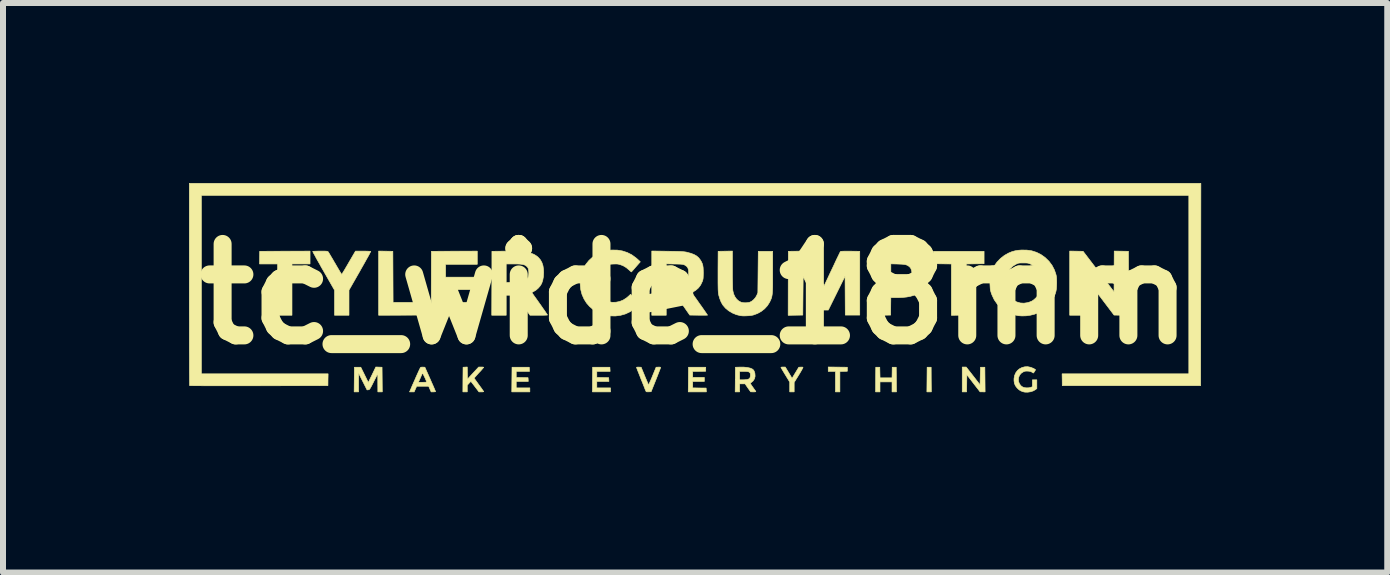
<source format=kicad_pcb>
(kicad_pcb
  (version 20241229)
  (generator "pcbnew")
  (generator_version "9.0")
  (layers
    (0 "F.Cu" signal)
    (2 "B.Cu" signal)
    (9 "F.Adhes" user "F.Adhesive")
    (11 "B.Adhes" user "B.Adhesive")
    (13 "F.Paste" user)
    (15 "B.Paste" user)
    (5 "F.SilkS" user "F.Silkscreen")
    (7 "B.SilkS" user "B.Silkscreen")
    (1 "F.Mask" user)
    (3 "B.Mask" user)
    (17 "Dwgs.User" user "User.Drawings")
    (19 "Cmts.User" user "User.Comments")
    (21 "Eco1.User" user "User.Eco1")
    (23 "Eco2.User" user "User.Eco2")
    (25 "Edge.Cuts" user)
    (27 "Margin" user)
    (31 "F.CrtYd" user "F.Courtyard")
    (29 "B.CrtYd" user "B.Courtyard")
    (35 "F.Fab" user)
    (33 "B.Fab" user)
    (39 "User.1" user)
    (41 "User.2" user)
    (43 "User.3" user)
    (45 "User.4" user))
  (footprint "tc_wide_18mm"
    (layer "F.Cu")
    (at 8.534 1.85)
    (property "Reference" "tc_wide_18mm" (at 0 0 0) (layer "F.SilkS") (effects (font (size 1.524 1.524) (thickness 0.3))))
    (attr through_hole)
    (fp_poly (pts (xy 3.935 1.425) (xy 3.937 1.631) (xy 3.863 1.631) (xy 3.865 1.425) (xy 3.867 1.22) (xy 3.934 1.22) (xy 3.935 1.425)) (stroke (width 0.01) (type solid)) (fill yes) (layer "F.SilkS"))
    (fp_poly (pts (xy 2.537 1.22) (xy 2.537 1.287) (xy 2.413 1.291) (xy 2.413 1.631) (xy 2.339 1.631) (xy 2.339 1.29) (xy 2.219 1.29) (xy 2.219 1.216) (xy 2.537 1.22)) (stroke (width 0.01) (type solid)) (fill yes) (layer "F.SilkS"))
    (fp_poly (pts (xy -6.417 -0.501) (xy -6.718 -0.501) (xy -6.718 0.354) (xy -6.958 0.354) (xy -6.958 -0.501) (xy -7.259 -0.501) (xy -7.258 -0.607) (xy -7.256 -0.712) (xy -6.836 -0.714) (xy -6.417 -0.715) (xy -6.417 -0.501)) (stroke (width 0.01) (type solid)) (fill yes) (layer "F.SilkS"))
    (fp_poly (pts (xy -5.155 -0.714) (xy -5.037 -0.712) (xy -5.035 -0.286) (xy -5.033 0.14) (xy -4.578 0.14) (xy -4.58 0.246) (xy -4.582 0.351) (xy -4.928 0.353) (xy -5.274 0.354) (xy -5.274 -0.716) (xy -5.155 -0.714)) (stroke (width 0.01) (type solid)) (fill yes) (layer "F.SilkS"))
    (fp_poly (pts (xy 4.816 -0.505) (xy 4.667 -0.503) (xy 4.519 -0.501) (xy 4.517 -0.075) (xy 4.515 0.351) (xy 4.393 0.353) (xy 4.271 0.355) (xy 4.271 -0.501) (xy 4.122 -0.503) (xy 3.974 -0.505) (xy 3.974 -0.712) (xy 4.816 -0.712) (xy 4.816 -0.505)) (stroke (width 0.01) (type solid)) (fill yes) (layer "F.SilkS"))
    (fp_poly (pts (xy -3.63 -0.495) (xy -4.158 -0.495) (xy -4.158 -0.281) (xy -3.683 -0.281) (xy -3.683 -0.074) (xy -4.158 -0.074) (xy -4.158 0.14) (xy -3.609 0.14) (xy -3.609 0.354) (xy -4.398 0.354) (xy -4.395 -0.712) (xy -4.012 -0.714) (xy -3.63 -0.715) (xy -3.63 -0.495)) (stroke (width 0.01) (type solid)) (fill yes) (layer "F.SilkS"))
    (fp_poly (pts (xy -2.76 1.29) (xy -2.981 1.29) (xy -2.981 1.39) (xy -2.784 1.394) (xy -2.782 1.425) (xy -2.78 1.457) (xy -2.981 1.457) (xy -2.981 1.564) (xy -2.754 1.564) (xy -2.754 1.631) (xy -3.055 1.631) (xy -3.053 1.425) (xy -3.051 1.22) (xy -2.764 1.22) (xy -2.76 1.29)) (stroke (width 0.01) (type solid)) (fill yes) (layer "F.SilkS"))
    (fp_poly (pts (xy 3.082 1.397) (xy 3.282 1.397) (xy 3.285 1.22) (xy 3.352 1.22) (xy 3.354 1.425) (xy 3.356 1.631) (xy 3.282 1.631) (xy 3.282 1.464) (xy 3.081 1.464) (xy 3.081 1.631) (xy 3.008 1.631) (xy 3.009 1.425) (xy 3.011 1.22) (xy 3.078 1.22) (xy 3.082 1.397)) (stroke (width 0.01) (type solid)) (fill yes) (layer "F.SilkS"))
    (fp_poly (pts (xy -1.418 1.255) (xy -1.416 1.29) (xy -1.638 1.29) (xy -1.638 1.39) (xy -1.44 1.394) (xy -1.438 1.425) (xy -1.436 1.457) (xy -1.638 1.457) (xy -1.638 1.564) (xy -1.41 1.564) (xy -1.41 1.631) (xy -1.711 1.631) (xy -1.71 1.425) (xy -1.708 1.22) (xy -1.42 1.22) (xy -1.418 1.255)) (stroke (width 0.01) (type solid)) (fill yes) (layer "F.SilkS"))
    (fp_poly (pts (xy 0.177 1.287) (xy 0.069 1.289) (xy -0.04 1.29) (xy -0.04 1.39) (xy 0.154 1.39) (xy 0.154 1.457) (xy -0.04 1.457) (xy -0.04 1.564) (xy 0.072 1.566) (xy 0.184 1.567) (xy 0.188 1.631) (xy -0.114 1.631) (xy -0.112 1.425) (xy -0.11 1.22) (xy 0.177 1.22) (xy 0.177 1.287)) (stroke (width 0.01) (type solid)) (fill yes) (layer "F.SilkS"))
    (fp_poly (pts (xy 4.634 1.365) (xy 4.749 1.514) (xy 4.752 1.367) (xy 4.756 1.22) (xy 4.829 1.22) (xy 4.831 1.425) (xy 4.833 1.631) (xy 4.749 1.63) (xy 4.639 1.488) (xy 4.529 1.345) (xy 4.527 1.488) (xy 4.525 1.631) (xy 4.452 1.631) (xy 4.452 1.217) (xy 4.518 1.217) (xy 4.634 1.365)) (stroke (width 0.01) (type solid)) (fill yes) (layer "F.SilkS"))
    (fp_poly (pts (xy 6.355 -0.714) (xy 6.466 -0.712) (xy 6.724 -0.374) (xy 6.982 -0.036) (xy 6.983 -0.376) (xy 6.985 -0.716) (xy 7.222 -0.712) (xy 7.226 0.355) (xy 7.104 0.353) (xy 6.982 0.351) (xy 6.735 0.025) (xy 6.487 -0.3) (xy 6.485 0.027) (xy 6.484 0.354) (xy 6.243 0.354) (xy 6.243 -0.716) (xy 6.355 -0.714)) (stroke (width 0.01) (type solid)) (fill yes) (layer "F.SilkS"))
    (fp_poly (pts (xy -5.217 1.22) (xy -5.215 1.425) (xy -5.213 1.631) (xy -5.287 1.631) (xy -5.288 1.479) (xy -5.288 1.327) (xy -5.356 1.46) (xy -5.378 1.504) (xy -5.395 1.537) (xy -5.408 1.56) (xy -5.418 1.577) (xy -5.426 1.587) (xy -5.433 1.593) (xy -5.439 1.595) (xy -5.446 1.596) (xy -5.467 1.598) (xy -5.537 1.459) (xy -5.607 1.32) (xy -5.608 1.476) (xy -5.608 1.631) (xy -5.682 1.631) (xy -5.68 1.425) (xy -5.678 1.22) (xy -5.571 1.22) (xy -5.446 1.474) (xy -5.383 1.345) (xy -5.321 1.216) (xy -5.217 1.22)) (stroke (width 0.01) (type solid)) (fill yes) (layer "F.SilkS"))
    (fp_poly (pts (xy 1.56 1.311) (xy 1.616 1.405) (xy 1.672 1.312) (xy 1.728 1.22) (xy 1.761 1.218) (xy 1.781 1.218) (xy 1.795 1.219) (xy 1.798 1.221) (xy 1.796 1.228) (xy 1.788 1.245) (xy 1.775 1.269) (xy 1.757 1.3) (xy 1.736 1.335) (xy 1.727 1.35) (xy 1.651 1.473) (xy 1.651 1.631) (xy 1.577 1.631) (xy 1.577 1.467) (xy 1.504 1.347) (xy 1.482 1.311) (xy 1.463 1.279) (xy 1.447 1.252) (xy 1.436 1.233) (xy 1.431 1.223) (xy 1.43 1.222) (xy 1.436 1.219) (xy 1.452 1.217) (xy 1.467 1.217) (xy 1.503 1.217) (xy 1.56 1.311)) (stroke (width 0.01) (type solid)) (fill yes) (layer "F.SilkS"))
    (fp_poly (pts (xy -3.795 1.317) (xy -3.793 1.418) (xy -3.7 1.317) (xy -3.607 1.217) (xy -3.565 1.217) (xy -3.543 1.217) (xy -3.528 1.219) (xy -3.523 1.221) (xy -3.527 1.227) (xy -3.539 1.241) (xy -3.556 1.261) (xy -3.577 1.285) (xy -3.581 1.289) (xy -3.606 1.315) (xy -3.629 1.341) (xy -3.648 1.362) (xy -3.661 1.377) (xy -3.683 1.402) (xy -3.603 1.513) (xy -3.579 1.546) (xy -3.557 1.576) (xy -3.54 1.601) (xy -3.528 1.618) (xy -3.523 1.627) (xy -3.523 1.627) (xy -3.529 1.629) (xy -3.544 1.631) (xy -3.562 1.631) (xy -3.602 1.631) (xy -3.667 1.546) (xy -3.689 1.517) (xy -3.709 1.491) (xy -3.724 1.472) (xy -3.733 1.46) (xy -3.735 1.457) (xy -3.74 1.46) (xy -3.752 1.471) (xy -3.767 1.487) (xy -3.797 1.52) (xy -3.797 1.631) (xy -3.87 1.631) (xy -3.869 1.425) (xy -3.867 1.22) (xy -3.797 1.216) (xy -3.795 1.317)) (stroke (width 0.01) (type solid)) (fill yes) (layer "F.SilkS"))
    (fp_poly (pts (xy -0.938 1.218) (xy -0.899 1.22) (xy -0.842 1.359) (xy -0.825 1.4) (xy -0.809 1.437) (xy -0.796 1.468) (xy -0.786 1.492) (xy -0.78 1.506) (xy -0.778 1.508) (xy -0.774 1.507) (xy -0.767 1.496) (xy -0.757 1.475) (xy -0.742 1.443) (xy -0.723 1.399) (xy -0.711 1.369) (xy -0.65 1.22) (xy -0.612 1.218) (xy -0.589 1.218) (xy -0.578 1.22) (xy -0.575 1.225) (xy -0.577 1.233) (xy -0.584 1.252) (xy -0.595 1.28) (xy -0.609 1.316) (xy -0.625 1.358) (xy -0.644 1.405) (xy -0.654 1.431) (xy -0.733 1.628) (xy -0.774 1.63) (xy -0.797 1.63) (xy -0.81 1.629) (xy -0.817 1.624) (xy -0.821 1.616) (xy -0.825 1.606) (xy -0.834 1.586) (xy -0.845 1.556) (xy -0.86 1.519) (xy -0.877 1.476) (xy -0.896 1.43) (xy -0.902 1.415) (xy -0.92 1.368) (xy -0.937 1.325) (xy -0.952 1.288) (xy -0.964 1.257) (xy -0.972 1.236) (xy -0.976 1.224) (xy -0.976 1.223) (xy -0.97 1.219) (xy -0.952 1.218) (xy -0.938 1.218)) (stroke (width 0.01) (type solid)) (fill yes) (layer "F.SilkS"))
    (fp_poly (pts (xy 8.425 1.527) (xy 6.119 1.527) (xy 6.118 1.429) (xy 6.116 1.33) (xy 8.228 1.33) (xy 8.228 -1.644) (xy -8.228 -1.644) (xy -8.228 1.33) (xy -6.116 1.33) (xy -6.118 1.429) (xy -6.119 1.527) (xy -7.27 1.529) (xy -7.393 1.529) (xy -7.512 1.529) (xy -7.627 1.529) (xy -7.737 1.529) (xy -7.842 1.529) (xy -7.94 1.529) (xy -8.031 1.529) (xy -8.114 1.529) (xy -8.189 1.529) (xy -8.255 1.528) (xy -8.311 1.528) (xy -8.357 1.528) (xy -8.391 1.527) (xy -8.414 1.527) (xy -8.424 1.526) (xy -8.424 1.526) (xy -8.425 1.519) (xy -8.425 1.499) (xy -8.425 1.467) (xy -8.426 1.424) (xy -8.426 1.369) (xy -8.427 1.304) (xy -8.427 1.228) (xy -8.427 1.144) (xy -8.427 1.05) (xy -8.428 0.948) (xy -8.428 0.839) (xy -8.428 0.722) (xy -8.428 0.599) (xy -8.428 0.469) (xy -8.429 0.335) (xy -8.429 0.195) (xy -8.429 0.051) (xy -8.429 -0.097) (xy -8.429 -0.162) (xy -8.429 -1.845) (xy 8.429 -1.845) (xy 8.425 1.527)) (stroke (width 0.01) (type solid)) (fill yes) (layer "F.SilkS"))
    (fp_poly (pts (xy -4.536 1.218) (xy -4.503 1.22) (xy -4.414 1.42) (xy -4.393 1.469) (xy -4.373 1.513) (xy -4.356 1.552) (xy -4.342 1.585) (xy -4.332 1.609) (xy -4.326 1.623) (xy -4.325 1.626) (xy -4.331 1.629) (xy -4.346 1.63) (xy -4.362 1.631) (xy -4.399 1.631) (xy -4.42 1.584) (xy -4.44 1.537) (xy -4.64 1.537) (xy -4.661 1.584) (xy -4.682 1.631) (xy -4.759 1.631) (xy -4.736 1.579) (xy -4.714 1.527) (xy -4.691 1.475) (xy -4.689 1.471) (xy -4.611 1.471) (xy -4.541 1.471) (xy -4.508 1.47) (xy -4.487 1.469) (xy -4.476 1.466) (xy -4.473 1.463) (xy -4.474 1.462) (xy -4.486 1.433) (xy -4.499 1.402) (xy -4.513 1.374) (xy -4.525 1.349) (xy -4.535 1.33) (xy -4.542 1.319) (xy -4.544 1.318) (xy -4.548 1.327) (xy -4.556 1.346) (xy -4.567 1.371) (xy -4.579 1.399) (xy -4.611 1.471) (xy -4.689 1.471) (xy -4.668 1.424) (xy -4.647 1.375) (xy -4.627 1.331) (xy -4.61 1.293) (xy -4.595 1.261) (xy -4.584 1.239) (xy -4.578 1.226) (xy -4.577 1.225) (xy -4.565 1.219) (xy -4.541 1.218) (xy -4.536 1.218)) (stroke (width 0.01) (type solid)) (fill yes) (layer "F.SilkS"))
    (fp_poly (pts (xy 5.592 1.221) (xy 5.642 1.241) (xy 5.674 1.261) (xy 5.672 1.266) (xy 5.664 1.279) (xy 5.655 1.294) (xy 5.645 1.308) (xy 5.638 1.316) (xy 5.637 1.317) (xy 5.63 1.313) (xy 5.618 1.304) (xy 5.615 1.303) (xy 5.596 1.293) (xy 5.57 1.287) (xy 5.549 1.285) (xy 5.521 1.284) (xy 5.501 1.286) (xy 5.483 1.291) (xy 5.465 1.3) (xy 5.431 1.323) (xy 5.408 1.353) (xy 5.393 1.387) (xy 5.388 1.425) (xy 5.392 1.462) (xy 5.406 1.497) (xy 5.429 1.528) (xy 5.461 1.551) (xy 5.462 1.551) (xy 5.488 1.56) (xy 5.522 1.564) (xy 5.558 1.563) (xy 5.589 1.558) (xy 5.598 1.554) (xy 5.621 1.545) (xy 5.621 1.43) (xy 5.695 1.43) (xy 5.695 1.576) (xy 5.671 1.594) (xy 5.634 1.615) (xy 5.59 1.629) (xy 5.543 1.636) (xy 5.496 1.635) (xy 5.464 1.628) (xy 5.428 1.614) (xy 5.399 1.596) (xy 5.372 1.571) (xy 5.365 1.564) (xy 5.338 1.528) (xy 5.322 1.49) (xy 5.315 1.447) (xy 5.315 1.411) (xy 5.324 1.359) (xy 5.344 1.313) (xy 5.372 1.275) (xy 5.407 1.246) (xy 5.448 1.225) (xy 5.494 1.213) (xy 5.543 1.211) (xy 5.592 1.221)) (stroke (width 0.01) (type solid)) (fill yes) (layer "F.SilkS"))
    (fp_poly (pts (xy 0.811 1.218) (xy 0.869 1.224) (xy 0.916 1.234) (xy 0.952 1.249) (xy 0.976 1.269) (xy 0.978 1.273) (xy 0.986 1.29) (xy 0.994 1.313) (xy 0.997 1.326) (xy 1 1.37) (xy 0.99 1.411) (xy 0.968 1.446) (xy 0.935 1.475) (xy 0.927 1.481) (xy 0.923 1.485) (xy 0.923 1.491) (xy 0.928 1.502) (xy 0.939 1.52) (xy 0.957 1.546) (xy 0.961 1.551) (xy 0.979 1.577) (xy 0.995 1.599) (xy 1.007 1.615) (xy 1.012 1.623) (xy 1.011 1.627) (xy 1.002 1.63) (xy 0.982 1.631) (xy 0.971 1.631) (xy 0.926 1.63) (xy 0.879 1.564) (xy 0.833 1.497) (xy 0.742 1.497) (xy 0.742 1.631) (xy 0.668 1.631) (xy 0.67 1.425) (xy 0.671 1.29) (xy 0.742 1.29) (xy 0.742 1.43) (xy 0.794 1.43) (xy 0.823 1.429) (xy 0.851 1.427) (xy 0.872 1.424) (xy 0.872 1.424) (xy 0.898 1.414) (xy 0.914 1.397) (xy 0.921 1.372) (xy 0.922 1.353) (xy 0.921 1.331) (xy 0.917 1.317) (xy 0.908 1.307) (xy 0.905 1.304) (xy 0.895 1.298) (xy 0.884 1.294) (xy 0.867 1.291) (xy 0.843 1.29) (xy 0.815 1.29) (xy 0.742 1.29) (xy 0.671 1.29) (xy 0.672 1.22) (xy 0.742 1.218) (xy 0.811 1.218)) (stroke (width 0.01) (type solid)) (fill yes) (layer "F.SilkS"))
    (fp_poly (pts (xy 1.829 -0.714) (xy 1.849 -0.714) (xy 1.862 -0.712) (xy 1.871 -0.71) (xy 1.876 -0.707) (xy 1.879 -0.702) (xy 1.881 -0.7) (xy 1.885 -0.691) (xy 1.895 -0.671) (xy 1.909 -0.642) (xy 1.927 -0.604) (xy 1.949 -0.56) (xy 1.972 -0.509) (xy 1.998 -0.455) (xy 2.019 -0.409) (xy 2.046 -0.353) (xy 2.07 -0.301) (xy 2.093 -0.253) (xy 2.112 -0.212) (xy 2.128 -0.179) (xy 2.14 -0.154) (xy 2.147 -0.139) (xy 2.149 -0.135) (xy 2.152 -0.142) (xy 2.16 -0.159) (xy 2.173 -0.185) (xy 2.19 -0.221) (xy 2.21 -0.263) (xy 2.233 -0.312) (xy 2.258 -0.366) (xy 2.283 -0.418) (xy 2.31 -0.475) (xy 2.335 -0.529) (xy 2.358 -0.578) (xy 2.379 -0.621) (xy 2.396 -0.656) (xy 2.409 -0.683) (xy 2.418 -0.701) (xy 2.421 -0.707) (xy 2.427 -0.71) (xy 2.439 -0.712) (xy 2.459 -0.713) (xy 2.488 -0.714) (xy 2.528 -0.714) (xy 2.58 -0.714) (xy 2.586 -0.714) (xy 2.744 -0.712) (xy 2.744 0.351) (xy 2.503 0.351) (xy 2.501 0.027) (xy 2.499 -0.297) (xy 2.22 0.267) (xy 2.075 0.267) (xy 1.938 -0.011) (xy 1.801 -0.29) (xy 1.795 0.351) (xy 1.551 0.355) (xy 1.552 -0.179) (xy 1.554 -0.712) (xy 1.713 -0.714) (xy 1.763 -0.714) (xy 1.801 -0.714) (xy 1.829 -0.714)) (stroke (width 0.01) (type solid)) (fill yes) (layer "F.SilkS"))
    (fp_poly (pts (xy 3.369 -0.713) (xy 3.439 -0.71) (xy 3.5 -0.705) (xy 3.553 -0.698) (xy 3.599 -0.688) (xy 3.64 -0.677) (xy 3.676 -0.662) (xy 3.687 -0.657) (xy 3.741 -0.624) (xy 3.784 -0.582) (xy 3.819 -0.53) (xy 3.843 -0.47) (xy 3.858 -0.401) (xy 3.862 -0.325) (xy 3.862 -0.298) (xy 3.854 -0.225) (xy 3.838 -0.162) (xy 3.814 -0.108) (xy 3.78 -0.063) (xy 3.736 -0.025) (xy 3.688 0.003) (xy 3.639 0.024) (xy 3.585 0.039) (xy 3.525 0.05) (xy 3.457 0.057) (xy 3.378 0.06) (xy 3.354 0.06) (xy 3.262 0.06) (xy 3.26 0.206) (xy 3.259 0.351) (xy 3.137 0.353) (xy 3.014 0.355) (xy 3.016 -0.152) (xy 3.262 -0.152) (xy 3.384 -0.155) (xy 3.428 -0.156) (xy 3.46 -0.157) (xy 3.484 -0.158) (xy 3.502 -0.161) (xy 3.516 -0.164) (xy 3.528 -0.168) (xy 3.539 -0.174) (xy 3.562 -0.188) (xy 3.577 -0.204) (xy 3.591 -0.228) (xy 3.606 -0.267) (xy 3.614 -0.309) (xy 3.614 -0.352) (xy 3.608 -0.392) (xy 3.595 -0.427) (xy 3.578 -0.449) (xy 3.559 -0.465) (xy 3.539 -0.478) (xy 3.515 -0.487) (xy 3.486 -0.493) (xy 3.449 -0.497) (xy 3.402 -0.499) (xy 3.377 -0.5) (xy 3.262 -0.503) (xy 3.262 -0.152) (xy 3.016 -0.152) (xy 3.018 -0.712) (xy 3.195 -0.714) (xy 3.288 -0.714) (xy 3.369 -0.713)) (stroke (width 0.01) (type solid)) (fill yes) (layer "F.SilkS"))
    (fp_poly (pts (xy -5.495 -0.715) (xy -5.46 -0.714) (xy -5.432 -0.713) (xy -5.413 -0.712) (xy -5.405 -0.71) (xy -5.405 -0.71) (xy -5.408 -0.704) (xy -5.417 -0.687) (xy -5.431 -0.66) (xy -5.45 -0.625) (xy -5.474 -0.583) (xy -5.501 -0.534) (xy -5.531 -0.481) (xy -5.564 -0.423) (xy -5.585 -0.385) (xy -5.768 -0.065) (xy -5.768 0.354) (xy -6.009 0.354) (xy -6.009 0.145) (xy -6.009 -0.064) (xy -6.192 -0.384) (xy -6.227 -0.444) (xy -6.258 -0.501) (xy -6.288 -0.553) (xy -6.314 -0.599) (xy -6.335 -0.639) (xy -6.353 -0.671) (xy -6.365 -0.694) (xy -6.372 -0.707) (xy -6.372 -0.71) (xy -6.365 -0.712) (xy -6.346 -0.713) (xy -6.319 -0.714) (xy -6.284 -0.715) (xy -6.247 -0.715) (xy -6.203 -0.715) (xy -6.171 -0.715) (xy -6.148 -0.714) (xy -6.132 -0.712) (xy -6.123 -0.709) (xy -6.117 -0.706) (xy -6.115 -0.704) (xy -6.109 -0.695) (xy -6.097 -0.676) (xy -6.081 -0.649) (xy -6.061 -0.615) (xy -6.037 -0.575) (xy -6.012 -0.531) (xy -5.999 -0.51) (xy -5.973 -0.465) (xy -5.949 -0.424) (xy -5.928 -0.389) (xy -5.911 -0.36) (xy -5.898 -0.34) (xy -5.891 -0.329) (xy -5.89 -0.328) (xy -5.885 -0.333) (xy -5.875 -0.349) (xy -5.86 -0.374) (xy -5.84 -0.406) (xy -5.818 -0.444) (xy -5.792 -0.488) (xy -5.773 -0.521) (xy -5.66 -0.715) (xy -5.534 -0.715) (xy -5.495 -0.715)) (stroke (width 0.01) (type solid)) (fill yes) (layer "F.SilkS"))
    (fp_poly (pts (xy 0.622 -0.41) (xy 0.622 -0.345) (xy 0.622 -0.283) (xy 0.623 -0.225) (xy 0.624 -0.173) (xy 0.625 -0.128) (xy 0.626 -0.093) (xy 0.628 -0.067) (xy 0.629 -0.057) (xy 0.641 -0.004) (xy 0.663 0.044) (xy 0.692 0.085) (xy 0.727 0.116) (xy 0.767 0.137) (xy 0.806 0.145) (xy 0.85 0.146) (xy 0.893 0.141) (xy 0.913 0.136) (xy 0.947 0.118) (xy 0.979 0.091) (xy 1.008 0.057) (xy 1.029 0.019) (xy 1.03 0.017) (xy 1.046 -0.023) (xy 1.053 -0.712) (xy 1.293 -0.712) (xy 1.293 -0.368) (xy 1.293 -0.284) (xy 1.293 -0.213) (xy 1.293 -0.153) (xy 1.292 -0.102) (xy 1.29 -0.059) (xy 1.288 -0.024) (xy 1.285 0.006) (xy 1.281 0.031) (xy 1.276 0.053) (xy 1.27 0.073) (xy 1.262 0.093) (xy 1.253 0.113) (xy 1.242 0.135) (xy 1.242 0.136) (xy 1.206 0.193) (xy 1.159 0.245) (xy 1.103 0.289) (xy 1.041 0.324) (xy 0.973 0.349) (xy 0.966 0.351) (xy 0.929 0.358) (xy 0.885 0.362) (xy 0.838 0.364) (xy 0.793 0.364) (xy 0.759 0.361) (xy 0.688 0.344) (xy 0.621 0.316) (xy 0.559 0.279) (xy 0.506 0.235) (xy 0.462 0.183) (xy 0.458 0.177) (xy 0.433 0.132) (xy 0.412 0.079) (xy 0.395 0.022) (xy 0.388 -0.017) (xy 0.386 -0.04) (xy 0.384 -0.077) (xy 0.383 -0.126) (xy 0.382 -0.189) (xy 0.382 -0.265) (xy 0.382 -0.354) (xy 0.382 -0.391) (xy 0.384 -0.712) (xy 0.503 -0.714) (xy 0.622 -0.716) (xy 0.622 -0.41)) (stroke (width 0.01) (type solid)) (fill yes) (layer "F.SilkS"))
    (fp_poly (pts (xy -3.012 -0.713) (xy -2.937 -0.71) (xy -2.871 -0.705) (xy -2.814 -0.698) (xy -2.765 -0.688) (xy -2.723 -0.676) (xy -2.686 -0.661) (xy -2.655 -0.643) (xy -2.626 -0.622) (xy -2.614 -0.611) (xy -2.579 -0.571) (xy -2.553 -0.525) (xy -2.535 -0.471) (xy -2.526 -0.408) (xy -2.524 -0.358) (xy -2.528 -0.289) (xy -2.539 -0.229) (xy -2.557 -0.176) (xy -2.561 -0.169) (xy -2.583 -0.134) (xy -2.613 -0.099) (xy -2.648 -0.068) (xy -2.68 -0.048) (xy -2.7 -0.037) (xy -2.715 -0.028) (xy -2.72 -0.024) (xy -2.72 -0.024) (xy -2.717 -0.019) (xy -2.706 -0.003) (xy -2.69 0.02) (xy -2.668 0.051) (xy -2.642 0.087) (xy -2.613 0.128) (xy -2.59 0.161) (xy -2.559 0.204) (xy -2.531 0.245) (xy -2.506 0.28) (xy -2.486 0.31) (xy -2.471 0.332) (xy -2.462 0.346) (xy -2.46 0.349) (xy -2.466 0.351) (xy -2.484 0.352) (xy -2.511 0.353) (xy -2.546 0.354) (xy -2.587 0.354) (xy -2.606 0.354) (xy -2.751 0.354) (xy -2.868 0.187) (xy -2.984 0.02) (xy -3.148 0.02) (xy -3.148 0.354) (xy -3.389 0.354) (xy -3.386 -0.501) (xy -3.148 -0.501) (xy -3.148 -0.192) (xy -3.016 -0.195) (xy -2.963 -0.197) (xy -2.92 -0.2) (xy -2.887 -0.203) (xy -2.865 -0.206) (xy -2.861 -0.207) (xy -2.825 -0.225) (xy -2.799 -0.249) (xy -2.782 -0.28) (xy -2.773 -0.321) (xy -2.771 -0.358) (xy -2.774 -0.399) (xy -2.782 -0.429) (xy -2.797 -0.453) (xy -2.82 -0.472) (xy -2.837 -0.482) (xy -2.859 -0.49) (xy -2.885 -0.495) (xy -2.92 -0.499) (xy -2.963 -0.501) (xy -3.018 -0.501) (xy -3.028 -0.501) (xy -3.148 -0.501) (xy -3.386 -0.501) (xy -3.386 -0.712) (xy -3.198 -0.714) (xy -3.099 -0.714) (xy -3.012 -0.713)) (stroke (width 0.01) (type solid)) (fill yes) (layer "F.SilkS"))
    (fp_poly (pts (xy -1.297 -0.732) (xy -1.212 -0.718) (xy -1.132 -0.692) (xy -1.056 -0.654) (xy -0.986 -0.603) (xy -0.958 -0.579) (xy -0.913 -0.537) (xy -0.986 -0.454) (xy -1.01 -0.426) (xy -1.031 -0.402) (xy -1.048 -0.383) (xy -1.058 -0.371) (xy -1.061 -0.368) (xy -1.066 -0.371) (xy -1.079 -0.381) (xy -1.095 -0.397) (xy -1.098 -0.399) (xy -1.148 -0.441) (xy -1.2 -0.472) (xy -1.246 -0.489) (xy -1.27 -0.496) (xy -1.293 -0.5) (xy -1.32 -0.501) (xy -1.354 -0.5) (xy -1.363 -0.5) (xy -1.397 -0.498) (xy -1.422 -0.496) (xy -1.442 -0.491) (xy -1.462 -0.484) (xy -1.485 -0.473) (xy -1.543 -0.439) (xy -1.589 -0.398) (xy -1.625 -0.348) (xy -1.649 -0.292) (xy -1.662 -0.228) (xy -1.664 -0.185) (xy -1.659 -0.116) (xy -1.642 -0.054) (xy -1.615 0.001) (xy -1.578 0.049) (xy -1.531 0.087) (xy -1.505 0.103) (xy -1.446 0.127) (xy -1.384 0.138) (xy -1.321 0.137) (xy -1.259 0.125) (xy -1.199 0.101) (xy -1.143 0.065) (xy -1.117 0.043) (xy -1.075 0.004) (xy -0.919 0.16) (xy -0.946 0.188) (xy -1.013 0.248) (xy -1.085 0.296) (xy -1.162 0.332) (xy -1.243 0.355) (xy -1.328 0.366) (xy -1.415 0.364) (xy -1.465 0.357) (xy -1.549 0.336) (xy -1.626 0.303) (xy -1.696 0.261) (xy -1.757 0.209) (xy -1.809 0.15) (xy -1.851 0.083) (xy -1.884 0.009) (xy -1.905 -0.07) (xy -1.914 -0.153) (xy -1.912 -0.24) (xy -1.911 -0.243) (xy -1.907 -0.278) (xy -1.9 -0.314) (xy -1.893 -0.344) (xy -1.891 -0.353) (xy -1.861 -0.427) (xy -1.82 -0.496) (xy -1.769 -0.559) (xy -1.709 -0.614) (xy -1.642 -0.66) (xy -1.608 -0.678) (xy -1.556 -0.701) (xy -1.507 -0.717) (xy -1.457 -0.727) (xy -1.4 -0.732) (xy -1.387 -0.733) (xy -1.297 -0.732)) (stroke (width 0.01) (type solid)) (fill yes) (layer "F.SilkS"))
    (fp_poly (pts (xy -0.46 -0.713) (xy -0.391 -0.712) (xy -0.334 -0.711) (xy -0.288 -0.71) (xy -0.25 -0.709) (xy -0.219 -0.707) (xy -0.194 -0.705) (xy -0.174 -0.703) (xy -0.155 -0.7) (xy -0.138 -0.697) (xy -0.137 -0.696) (xy -0.072 -0.679) (xy -0.019 -0.659) (xy 0.025 -0.634) (xy 0.06 -0.604) (xy 0.088 -0.567) (xy 0.092 -0.561) (xy 0.109 -0.531) (xy 0.121 -0.503) (xy 0.129 -0.474) (xy 0.134 -0.44) (xy 0.136 -0.398) (xy 0.137 -0.351) (xy 0.136 -0.31) (xy 0.135 -0.279) (xy 0.133 -0.255) (xy 0.129 -0.236) (xy 0.124 -0.218) (xy 0.121 -0.211) (xy 0.093 -0.152) (xy 0.056 -0.102) (xy 0.01 -0.062) (xy -0.025 -0.041) (xy -0.042 -0.032) (xy -0.052 -0.025) (xy -0.053 -0.023) (xy -0.05 -0.017) (xy -0.039 -0.001) (xy -0.023 0.023) (xy -0.001 0.054) (xy 0.025 0.091) (xy 0.054 0.132) (xy 0.077 0.165) (xy 0.108 0.208) (xy 0.136 0.248) (xy 0.161 0.284) (xy 0.181 0.313) (xy 0.196 0.335) (xy 0.205 0.348) (xy 0.207 0.352) (xy 0.201 0.352) (xy 0.183 0.353) (xy 0.156 0.353) (xy 0.121 0.353) (xy 0.08 0.353) (xy 0.059 0.353) (xy -0.089 0.351) (xy -0.318 0.021) (xy -0.399 0.02) (xy -0.481 0.02) (xy -0.481 0.354) (xy -0.722 0.354) (xy -0.722 -0.194) (xy -0.481 -0.194) (xy -0.376 -0.194) (xy -0.336 -0.194) (xy -0.297 -0.196) (xy -0.263 -0.198) (xy -0.238 -0.2) (xy -0.23 -0.201) (xy -0.191 -0.211) (xy -0.161 -0.224) (xy -0.14 -0.242) (xy -0.124 -0.267) (xy -0.123 -0.269) (xy -0.114 -0.294) (xy -0.109 -0.32) (xy -0.107 -0.353) (xy -0.107 -0.355) (xy -0.11 -0.399) (xy -0.12 -0.433) (xy -0.138 -0.459) (xy -0.165 -0.478) (xy -0.17 -0.481) (xy -0.182 -0.487) (xy -0.194 -0.491) (xy -0.207 -0.494) (xy -0.224 -0.496) (xy -0.247 -0.498) (xy -0.278 -0.499) (xy -0.319 -0.5) (xy -0.343 -0.5) (xy -0.481 -0.503) (xy -0.481 -0.194) (xy -0.722 -0.194) (xy -0.722 -0.717) (xy -0.46 -0.713)) (stroke (width 0.01) (type solid)) (fill yes) (layer "F.SilkS"))
    (fp_poly (pts (xy 5.528 -0.732) (xy 5.611 -0.72) (xy 5.689 -0.695) (xy 5.762 -0.659) (xy 5.831 -0.61) (xy 5.838 -0.604) (xy 5.899 -0.544) (xy 5.949 -0.477) (xy 5.988 -0.402) (xy 6.01 -0.338) (xy 6.017 -0.314) (xy 6.021 -0.291) (xy 6.024 -0.267) (xy 6.025 -0.237) (xy 6.026 -0.198) (xy 6.026 -0.184) (xy 6.024 -0.13) (xy 6.021 -0.086) (xy 6.015 -0.049) (xy 6.005 -0.013) (xy 5.991 0.024) (xy 5.983 0.044) (xy 5.945 0.112) (xy 5.897 0.175) (xy 5.839 0.232) (xy 5.775 0.28) (xy 5.713 0.314) (xy 5.654 0.337) (xy 5.588 0.353) (xy 5.517 0.363) (xy 5.448 0.365) (xy 5.388 0.361) (xy 5.304 0.343) (xy 5.226 0.313) (xy 5.154 0.272) (xy 5.089 0.222) (xy 5.032 0.162) (xy 4.985 0.095) (xy 4.949 0.019) (xy 4.939 -0.007) (xy 4.93 -0.035) (xy 4.923 -0.06) (xy 4.919 -0.085) (xy 4.917 -0.114) (xy 4.915 -0.152) (xy 4.914 -0.161) (xy 4.914 -0.198) (xy 5.16 -0.198) (xy 5.162 -0.137) (xy 5.175 -0.077) (xy 5.198 -0.02) (xy 5.231 0.033) (xy 5.256 0.061) (xy 5.306 0.102) (xy 5.36 0.132) (xy 5.418 0.149) (xy 5.479 0.153) (xy 5.54 0.144) (xy 5.544 0.143) (xy 5.573 0.134) (xy 5.602 0.122) (xy 5.616 0.116) (xy 5.645 0.096) (xy 5.676 0.068) (xy 5.706 0.036) (xy 5.731 0.004) (xy 5.744 -0.018) (xy 5.766 -0.074) (xy 5.779 -0.137) (xy 5.781 -0.202) (xy 5.775 -0.261) (xy 5.758 -0.318) (xy 5.73 -0.372) (xy 5.693 -0.421) (xy 5.649 -0.463) (xy 5.6 -0.494) (xy 5.598 -0.495) (xy 5.578 -0.505) (xy 5.561 -0.511) (xy 5.545 -0.515) (xy 5.525 -0.517) (xy 5.499 -0.518) (xy 5.471 -0.518) (xy 5.437 -0.518) (xy 5.412 -0.517) (xy 5.393 -0.515) (xy 5.377 -0.51) (xy 5.36 -0.503) (xy 5.344 -0.495) (xy 5.291 -0.462) (xy 5.247 -0.42) (xy 5.211 -0.371) (xy 5.185 -0.317) (xy 5.167 -0.258) (xy 5.16 -0.198) (xy 4.914 -0.198) (xy 4.914 -0.227) (xy 4.919 -0.285) (xy 4.929 -0.337) (xy 4.946 -0.388) (xy 4.949 -0.395) (xy 4.985 -0.467) (xy 5.032 -0.533) (xy 5.089 -0.592) (xy 5.154 -0.643) (xy 5.225 -0.683) (xy 5.228 -0.684) (xy 5.281 -0.706) (xy 5.332 -0.72) (xy 5.388 -0.729) (xy 5.439 -0.733) (xy 5.528 -0.732)) (stroke (width 0.01) (type solid)) (fill yes) (layer "F.SilkS")))
  (gr_rect
    (start -3 -3)
    (end 20.069 6.491)
    (stroke (width 0.1) (type default))
    (fill no)
    (layer "Edge.Cuts")))
</source>
